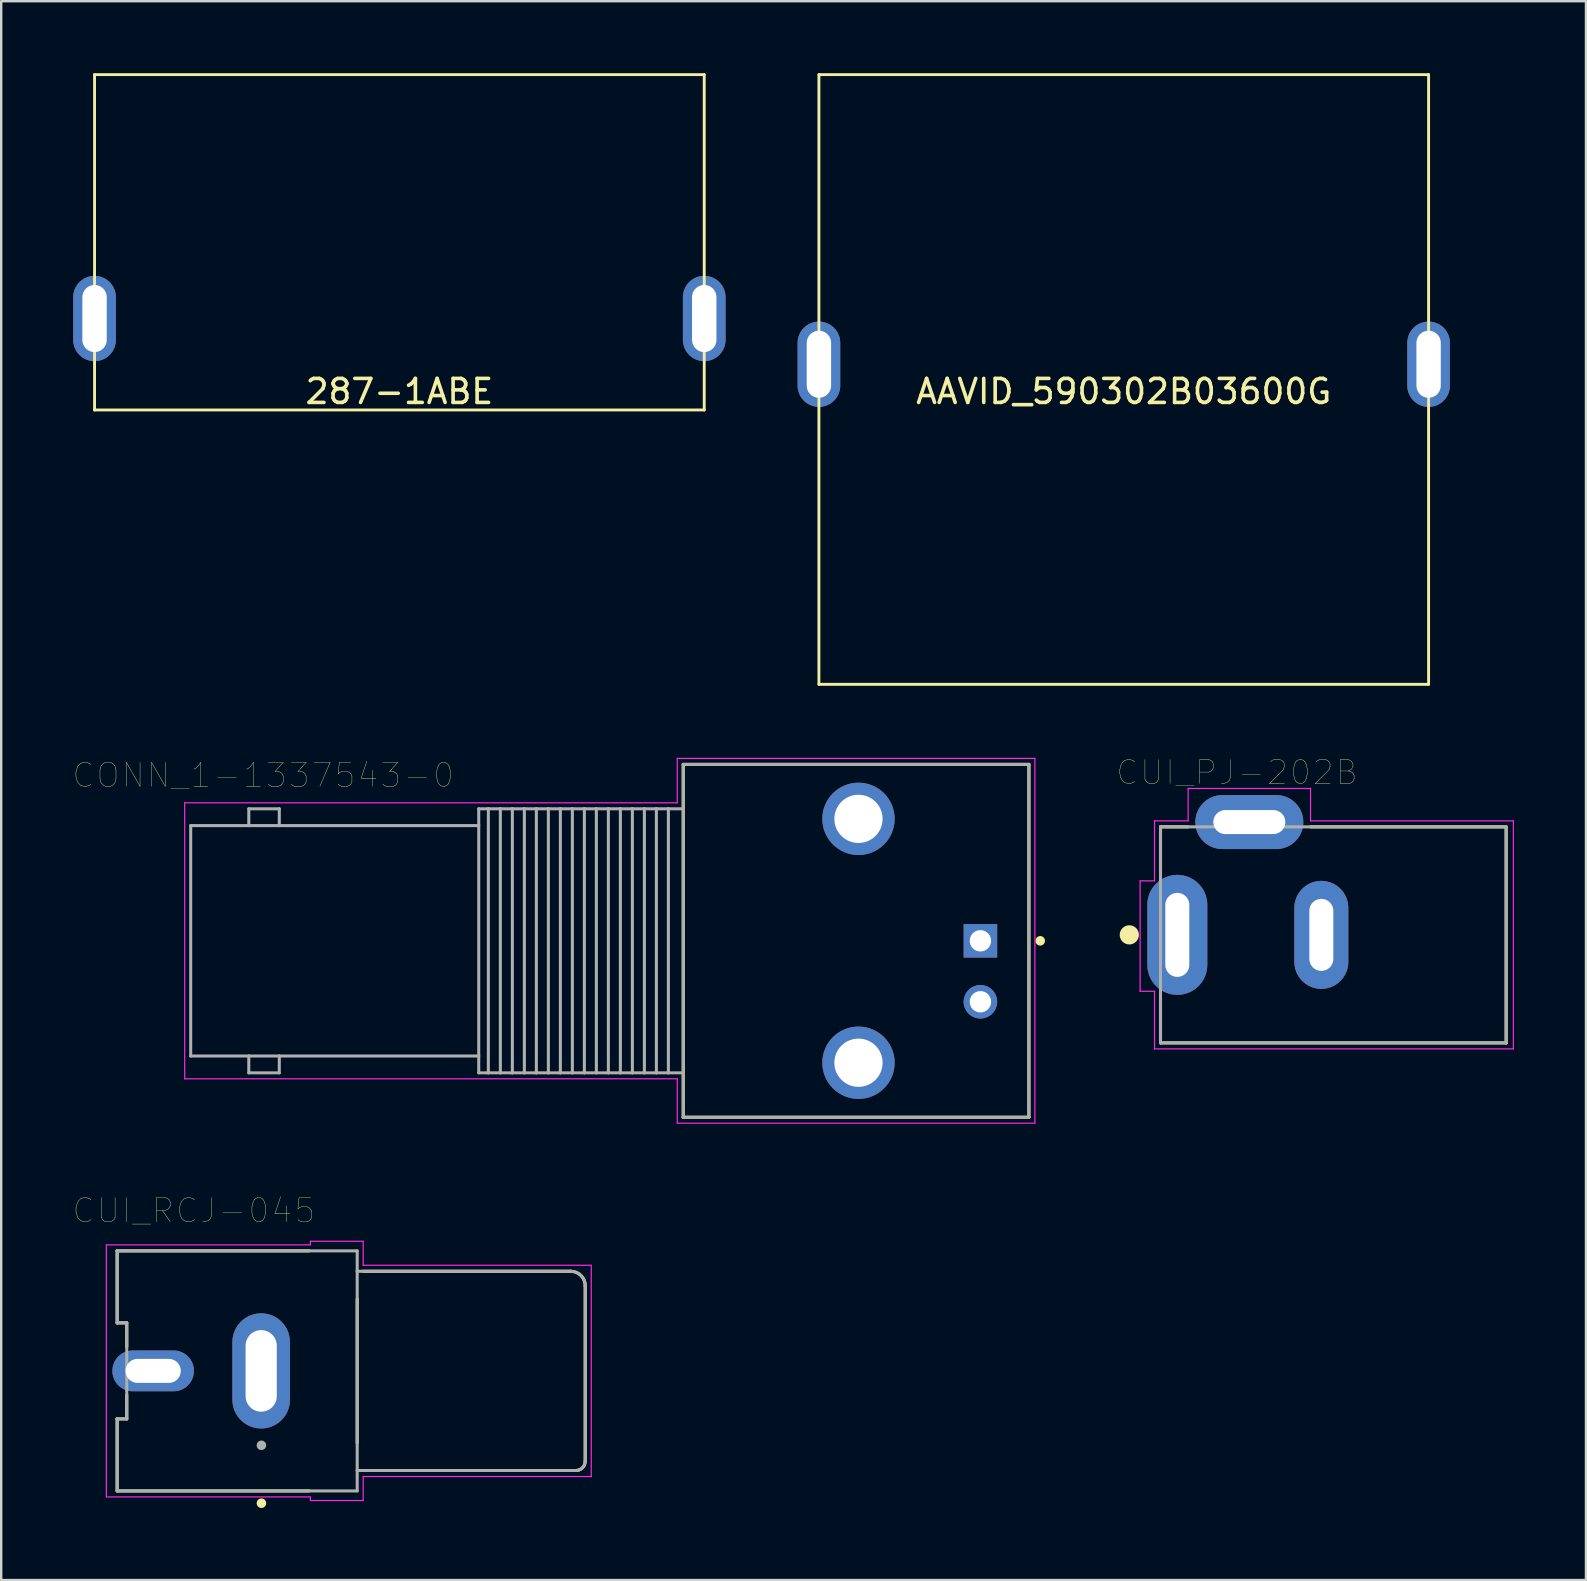
<source format=kicad_pcb>
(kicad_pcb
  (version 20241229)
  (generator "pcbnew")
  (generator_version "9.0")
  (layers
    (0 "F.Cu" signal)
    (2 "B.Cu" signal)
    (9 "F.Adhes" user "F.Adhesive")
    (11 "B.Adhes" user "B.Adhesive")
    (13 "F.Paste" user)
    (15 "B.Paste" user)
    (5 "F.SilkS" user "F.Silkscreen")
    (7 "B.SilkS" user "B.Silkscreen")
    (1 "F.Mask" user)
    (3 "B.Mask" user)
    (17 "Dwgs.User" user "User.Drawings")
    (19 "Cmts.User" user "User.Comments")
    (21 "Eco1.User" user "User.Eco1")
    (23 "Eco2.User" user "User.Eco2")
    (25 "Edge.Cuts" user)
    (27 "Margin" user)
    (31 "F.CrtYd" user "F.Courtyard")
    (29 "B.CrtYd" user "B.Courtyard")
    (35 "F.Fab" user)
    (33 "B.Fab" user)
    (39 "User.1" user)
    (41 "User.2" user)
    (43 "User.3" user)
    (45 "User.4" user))
  (footprint "AAVID_590302B03600G"
    (layer "F.Cu")
    (at 43.767 12.76)
    (property "Reference" "AAVID_590302B03600G" (at 0 0.5 0) (layer "F.SilkS") (effects (font (size 1 1) (thickness 0.15))))
    (attr through_hole)
    (fp_line (start -12.7 -12.7) (end 12.7 -12.7) (stroke (width 0.12) (type solid)) (layer "F.SilkS"))
    (fp_line (start -12.7 12.7) (end -12.7 -12.7) (stroke (width 0.12) (type solid)) (layer "F.SilkS"))
    (fp_line (start 12.7 -12.7) (end 12.7 12.7) (stroke (width 0.12) (type solid)) (layer "F.SilkS"))
    (fp_line (start 12.7 12.7) (end -12.7 12.7) (stroke (width 0.12) (type solid)) (layer "F.SilkS"))
    (pad "1" thru_hole oval (at -12.7 -0.635) (size 1.778 3.556) (drill oval 1.016 2.794) (layers "*.Cu" "*.Mask"))
    (pad "2" thru_hole oval (at 12.7 -0.635) (size 1.778 3.556) (drill oval 1.016 2.794) (layers "*.Cu" "*.Mask")))
  (footprint "CUI_PJ-202B"
    (layer "F.Cu")
    (at 52.498 35.898)
    (property "Reference" "CUI_PJ-202B" (at -4.016 -6.767 0) (layer "F.SilkS") (effects (font (size 1 1) (thickness 0.015))))
    (attr through_hole)
    (fp_line (start -7.2 -4.5) (end -6.05 -4.5) (stroke (width 0.127) (type solid)) (layer "F.SilkS"))
    (fp_line (start -7.2 -2.55) (end -7.2 -4.5) (stroke (width 0.127) (type solid)) (layer "F.SilkS"))
    (fp_line (start -7.2 4.5) (end -7.2 2.65) (stroke (width 0.127) (type solid)) (layer "F.SilkS"))
    (fp_line (start -0.95 -4.5) (end 7.2 -4.5) (stroke (width 0.127) (type solid)) (layer "F.SilkS"))
    (fp_line (start 7.2 -4.5) (end 7.2 4.5) (stroke (width 0.127) (type solid)) (layer "F.SilkS"))
    (fp_line (start 7.2 4.5) (end -7.2 4.5) (stroke (width 0.127) (type solid)) (layer "F.SilkS"))
    (fp_circle (center -8.5 0) (end -8.3 0) (stroke (width 0.4) (type solid)) (fill no) (layer "F.SilkS"))
    (fp_line (start -8.05 -2.25) (end -8.05 2.35) (stroke (width 0.05) (type solid)) (layer "F.CrtYd"))
    (fp_line (start -8.05 2.35) (end -7.45 2.35) (stroke (width 0.05) (type solid)) (layer "F.CrtYd"))
    (fp_line (start -7.45 -4.75) (end -6.05 -4.75) (stroke (width 0.05) (type solid)) (layer "F.CrtYd"))
    (fp_line (start -7.45 -2.25) (end -8.05 -2.25) (stroke (width 0.05) (type solid)) (layer "F.CrtYd"))
    (fp_line (start -7.45 -2.25) (end -7.45 -4.75) (stroke (width 0.05) (type solid)) (layer "F.CrtYd"))
    (fp_line (start -7.45 4.75) (end -7.45 2.35) (stroke (width 0.05) (type solid)) (layer "F.CrtYd"))
    (fp_line (start -6.05 -6.1) (end -0.95 -6.1) (stroke (width 0.05) (type solid)) (layer "F.CrtYd"))
    (fp_line (start -6.05 -4.75) (end -6.05 -6.1) (stroke (width 0.05) (type solid)) (layer "F.CrtYd"))
    (fp_line (start -0.95 -6.1) (end -0.95 -4.75) (stroke (width 0.05) (type solid)) (layer "F.CrtYd"))
    (fp_line (start -0.95 -4.75) (end 7.5 -4.75) (stroke (width 0.05) (type solid)) (layer "F.CrtYd"))
    (fp_line (start 7.5 -4.75) (end 7.5 4.75) (stroke (width 0.05) (type solid)) (layer "F.CrtYd"))
    (fp_line (start 7.5 4.75) (end -7.45 4.75) (stroke (width 0.05) (type solid)) (layer "F.CrtYd"))
    (fp_line (start -7.2 -4.5) (end 7.2 -4.5) (stroke (width 0.127) (type solid)) (layer "F.Fab"))
    (fp_line (start -7.2 4.5) (end -7.2 -4.5) (stroke (width 0.127) (type solid)) (layer "F.Fab"))
    (fp_line (start 7.2 -4.5) (end 7.2 4.5) (stroke (width 0.127) (type solid)) (layer "F.Fab"))
    (fp_line (start 7.2 4.5) (end -7.2 4.5) (stroke (width 0.127) (type solid)) (layer "F.Fab"))
    (pad "1" thru_hole oval (at -6.5 0) (size 2.5 5) (drill oval 1 3.5) (layers "*.Cu" "*.Mask"))
    (pad "2" thru_hole oval (at -0.5 0) (size 2.25 4.5) (drill oval 1 3) (layers "*.Cu" "*.Mask"))
    (pad "3" thru_hole oval (at -3.5 -4.7) (size 4.5 2.25) (drill oval 3 1) (layers "*.Cu" "*.Mask")))
  (footprint "CONN_1-1337543-0"
    (layer "F.Cu")
    (at 37.795 36.145)
    (property "Reference" "CONN_1-1337543-0" (at -29.881 -6.898 0) (layer "F.SilkS") (effects (font (size 1.002 1.002) (thickness 0.015))))
    (attr through_hole)
    (fp_line (start -12.38 -7.35) (end 2.02 -7.35) (stroke (width 0.127) (type solid)) (layer "F.SilkS"))
    (fp_line (start -12.38 -5.5) (end -12.38 -7.35) (stroke (width 0.127) (type solid)) (layer "F.SilkS"))
    (fp_line (start -12.38 5.5) (end -12.38 -5.5) (stroke (width 0.127) (type solid)) (layer "F.SilkS"))
    (fp_line (start -12.38 7.35) (end -12.38 5.5) (stroke (width 0.127) (type solid)) (layer "F.SilkS"))
    (fp_line (start 2.02 -7.35) (end 2.02 7.35) (stroke (width 0.127) (type solid)) (layer "F.SilkS"))
    (fp_line (start 2.02 7.35) (end -12.38 7.35) (stroke (width 0.127) (type solid)) (layer "F.SilkS"))
    (fp_circle (center 2.492 0) (end 2.592 0) (stroke (width 0.2) (type solid)) (fill no) (layer "F.SilkS"))
    (fp_line (start -33.15 -5.75) (end -12.63 -5.75) (stroke (width 0.05) (type solid)) (layer "F.CrtYd"))
    (fp_line (start -33.15 5.75) (end -33.15 -5.75) (stroke (width 0.05) (type solid)) (layer "F.CrtYd"))
    (fp_line (start -12.63 -7.6) (end 2.27 -7.6) (stroke (width 0.05) (type solid)) (layer "F.CrtYd"))
    (fp_line (start -12.63 -5.75) (end -12.63 -7.6) (stroke (width 0.05) (type solid)) (layer "F.CrtYd"))
    (fp_line (start -12.63 5.75) (end -33.15 5.75) (stroke (width 0.05) (type solid)) (layer "F.CrtYd"))
    (fp_line (start -12.63 7.6) (end -12.63 5.75) (stroke (width 0.05) (type solid)) (layer "F.CrtYd"))
    (fp_line (start 2.27 -7.6) (end 2.27 7.6) (stroke (width 0.05) (type solid)) (layer "F.CrtYd"))
    (fp_line (start 2.27 7.6) (end -12.63 7.6) (stroke (width 0.05) (type solid)) (layer "F.CrtYd"))
    (fp_line (start -32.9 -4.8) (end -32.9 4.8) (stroke (width 0.127) (type solid)) (layer "F.Fab"))
    (fp_line (start -32.9 4.8) (end -30.48 4.8) (stroke (width 0.127) (type solid)) (layer "F.Fab"))
    (fp_line (start -30.48 -5.5) (end -30.48 -4.8) (stroke (width 0.127) (type solid)) (layer "F.Fab"))
    (fp_line (start -30.48 -5.5) (end -29.21 -5.5) (stroke (width 0.127) (type solid)) (layer "F.Fab"))
    (fp_line (start -30.48 -4.8) (end -32.9 -4.8) (stroke (width 0.127) (type solid)) (layer "F.Fab"))
    (fp_line (start -30.48 4.8) (end -30.48 5.5) (stroke (width 0.127) (type solid)) (layer "F.Fab"))
    (fp_line (start -30.48 4.8) (end -29.21 4.8) (stroke (width 0.127) (type solid)) (layer "F.Fab"))
    (fp_line (start -30.48 5.5) (end -29.21 5.5) (stroke (width 0.127) (type solid)) (layer "F.Fab"))
    (fp_line (start -29.21 -5.5) (end -29.21 -4.8) (stroke (width 0.127) (type solid)) (layer "F.Fab"))
    (fp_line (start -29.21 -4.8) (end -30.48 -4.8) (stroke (width 0.127) (type solid)) (layer "F.Fab"))
    (fp_line (start -29.21 4.8) (end -20.9 4.8) (stroke (width 0.127) (type solid)) (layer "F.Fab"))
    (fp_line (start -29.21 5.5) (end -29.21 4.8) (stroke (width 0.127) (type solid)) (layer "F.Fab"))
    (fp_line (start -20.9 -5.5) (end -20.9 5.5) (stroke (width 0.127) (type solid)) (layer "F.Fab"))
    (fp_line (start -20.9 -4.8) (end -29.21 -4.8) (stroke (width 0.127) (type solid)) (layer "F.Fab"))
    (fp_line (start -20.9 5.5) (end -20.5 5.5) (stroke (width 0.127) (type solid)) (layer "F.Fab"))
    (fp_line (start -20.5 -5.5) (end -20.9 -5.5) (stroke (width 0.127) (type solid)) (layer "F.Fab"))
    (fp_line (start -20.5 -5.5) (end -20.5 5.5) (stroke (width 0.127) (type solid)) (layer "F.Fab"))
    (fp_line (start -20.5 5.5) (end -20 5.5) (stroke (width 0.127) (type solid)) (layer "F.Fab"))
    (fp_line (start -20 -5.5) (end -20.5 -5.5) (stroke (width 0.127) (type solid)) (layer "F.Fab"))
    (fp_line (start -20 -5.5) (end -20 5.5) (stroke (width 0.127) (type solid)) (layer "F.Fab"))
    (fp_line (start -20 5.5) (end -19.5 5.5) (stroke (width 0.127) (type solid)) (layer "F.Fab"))
    (fp_line (start -19.5 -5.5) (end -20 -5.5) (stroke (width 0.127) (type solid)) (layer "F.Fab"))
    (fp_line (start -19.5 -5.5) (end -19.5 5.5) (stroke (width 0.127) (type solid)) (layer "F.Fab"))
    (fp_line (start -19.5 5.5) (end -19 5.5) (stroke (width 0.127) (type solid)) (layer "F.Fab"))
    (fp_line (start -19 -5.5) (end -19.5 -5.5) (stroke (width 0.127) (type solid)) (layer "F.Fab"))
    (fp_line (start -19 -5.5) (end -19 5.5) (stroke (width 0.127) (type solid)) (layer "F.Fab"))
    (fp_line (start -19 5.5) (end -18.5 5.5) (stroke (width 0.127) (type solid)) (layer "F.Fab"))
    (fp_line (start -18.5 -5.5) (end -19 -5.5) (stroke (width 0.127) (type solid)) (layer "F.Fab"))
    (fp_line (start -18.5 -5.5) (end -18.5 5.5) (stroke (width 0.127) (type solid)) (layer "F.Fab"))
    (fp_line (start -18.5 5.5) (end -18 5.5) (stroke (width 0.127) (type solid)) (layer "F.Fab"))
    (fp_line (start -18 -5.5) (end -18.5 -5.5) (stroke (width 0.127) (type solid)) (layer "F.Fab"))
    (fp_line (start -18 -5.5) (end -18 5.5) (stroke (width 0.127) (type solid)) (layer "F.Fab"))
    (fp_line (start -18 5.5) (end -17.5 5.5) (stroke (width 0.127) (type solid)) (layer "F.Fab"))
    (fp_line (start -17.5 -5.5) (end -18 -5.5) (stroke (width 0.127) (type solid)) (layer "F.Fab"))
    (fp_line (start -17.5 -5.5) (end -17.5 5.5) (stroke (width 0.127) (type solid)) (layer "F.Fab"))
    (fp_line (start -17.5 5.5) (end -17 5.5) (stroke (width 0.127) (type solid)) (layer "F.Fab"))
    (fp_line (start -17 -5.5) (end -17.5 -5.5) (stroke (width 0.127) (type solid)) (layer "F.Fab"))
    (fp_line (start -17 -5.5) (end -17 5.5) (stroke (width 0.127) (type solid)) (layer "F.Fab"))
    (fp_line (start -17 5.5) (end -16.5 5.5) (stroke (width 0.127) (type solid)) (layer "F.Fab"))
    (fp_line (start -16.5 -5.5) (end -17 -5.5) (stroke (width 0.127) (type solid)) (layer "F.Fab"))
    (fp_line (start -16.5 -5.5) (end -16.5 5.5) (stroke (width 0.127) (type solid)) (layer "F.Fab"))
    (fp_line (start -16.5 5.5) (end -16 5.5) (stroke (width 0.127) (type solid)) (layer "F.Fab"))
    (fp_line (start -16 -5.5) (end -16.5 -5.5) (stroke (width 0.127) (type solid)) (layer "F.Fab"))
    (fp_line (start -16 -5.5) (end -16 5.5) (stroke (width 0.127) (type solid)) (layer "F.Fab"))
    (fp_line (start -16 5.5) (end -15.5 5.5) (stroke (width 0.127) (type solid)) (layer "F.Fab"))
    (fp_line (start -15.5 -5.5) (end -16 -5.5) (stroke (width 0.127) (type solid)) (layer "F.Fab"))
    (fp_line (start -15.5 -5.5) (end -15.5 5.5) (stroke (width 0.127) (type solid)) (layer "F.Fab"))
    (fp_line (start -15.5 5.5) (end -15 5.5) (stroke (width 0.127) (type solid)) (layer "F.Fab"))
    (fp_line (start -15 -5.5) (end -15.5 -5.5) (stroke (width 0.127) (type solid)) (layer "F.Fab"))
    (fp_line (start -15 -5.5) (end -15 5.5) (stroke (width 0.127) (type solid)) (layer "F.Fab"))
    (fp_line (start -15 5.5) (end -14.5 5.5) (stroke (width 0.127) (type solid)) (layer "F.Fab"))
    (fp_line (start -14.5 -5.5) (end -15 -5.5) (stroke (width 0.127) (type solid)) (layer "F.Fab"))
    (fp_line (start -14.5 -5.5) (end -14.5 5.5) (stroke (width 0.127) (type solid)) (layer "F.Fab"))
    (fp_line (start -14.5 5.5) (end -14 5.5) (stroke (width 0.127) (type solid)) (layer "F.Fab"))
    (fp_line (start -14 -5.5) (end -14.5 -5.5) (stroke (width 0.127) (type solid)) (layer "F.Fab"))
    (fp_line (start -14 -5.5) (end -14 5.5) (stroke (width 0.127) (type solid)) (layer "F.Fab"))
    (fp_line (start -14 5.5) (end -13.5 5.5) (stroke (width 0.127) (type solid)) (layer "F.Fab"))
    (fp_line (start -13.5 -5.5) (end -14 -5.5) (stroke (width 0.127) (type solid)) (layer "F.Fab"))
    (fp_line (start -13.5 -5.5) (end -13.5 5.5) (stroke (width 0.127) (type solid)) (layer "F.Fab"))
    (fp_line (start -13.5 5.5) (end -13 5.5) (stroke (width 0.127) (type solid)) (layer "F.Fab"))
    (fp_line (start -13 -5.5) (end -13.5 -5.5) (stroke (width 0.127) (type solid)) (layer "F.Fab"))
    (fp_line (start -13 -5.5) (end -13 5.5) (stroke (width 0.127) (type solid)) (layer "F.Fab"))
    (fp_line (start -13 5.5) (end -12.38 5.5) (stroke (width 0.127) (type solid)) (layer "F.Fab"))
    (fp_line (start -12.38 -7.35) (end 2.02 -7.35) (stroke (width 0.127) (type solid)) (layer "F.Fab"))
    (fp_line (start -12.38 -5.5) (end -13 -5.5) (stroke (width 0.127) (type solid)) (layer "F.Fab"))
    (fp_line (start -12.38 -5.5) (end -12.38 -7.35) (stroke (width 0.127) (type solid)) (layer "F.Fab"))
    (fp_line (start -12.38 5.5) (end -12.38 -5.5) (stroke (width 0.127) (type solid)) (layer "F.Fab"))
    (fp_line (start -12.38 7.35) (end -12.38 5.5) (stroke (width 0.127) (type solid)) (layer "F.Fab"))
    (fp_line (start 2.02 -7.35) (end 2.02 7.35) (stroke (width 0.127) (type solid)) (layer "F.Fab"))
    (fp_line (start 2.02 7.35) (end -12.38 7.35) (stroke (width 0.127) (type solid)) (layer "F.Fab"))
    (pad "1" thru_hole rect (at 0 0) (size 1.398 1.398) (drill 0.89) (layers "*.Cu" "*.Mask"))
    (pad "2" thru_hole circle (at 0 2.54) (size 1.398 1.398) (drill 0.89) (layers "*.Cu" "*.Mask"))
    (pad "P1" thru_hole circle (at -5.08 5.08) (size 3.015 3.015) (drill 2.01) (layers "*.Cu" "*.Mask"))
    (pad "P2" thru_hole circle (at -5.08 -5.08) (size 3.015 3.015) (drill 2.01) (layers "*.Cu" "*.Mask")))
  (footprint "CUI_RCJ-045"
    (layer "F.Cu")
    (at 11.831 54.063)
    (property "Reference" "CUI_RCJ-045" (at -6.805 -6.677 0) (layer "F.SilkS") (effects (font (size 1.006 1.006) (thickness 0.015))))
    (attr through_hole)
    (fp_line (start -10 -5) (end -2 -5) (stroke (width 0.127) (type solid)) (layer "F.SilkS"))
    (fp_line (start -10 -2) (end -10 -5) (stroke (width 0.127) (type solid)) (layer "F.SilkS"))
    (fp_line (start -10 2) (end -9.6 2) (stroke (width 0.127) (type solid)) (layer "F.SilkS"))
    (fp_line (start -10 5) (end -10 2) (stroke (width 0.127) (type solid)) (layer "F.SilkS"))
    (fp_line (start -10 5) (end -2 5) (stroke (width 0.127) (type solid)) (layer "F.SilkS"))
    (fp_line (start -9.6 -2) (end -10 -2) (stroke (width 0.127) (type solid)) (layer "F.SilkS"))
    (fp_line (start -9.6 -1) (end -9.6 -2) (stroke (width 0.127) (type solid)) (layer "F.SilkS"))
    (fp_line (start -9.6 2) (end -9.6 1) (stroke (width 0.127) (type solid)) (layer "F.SilkS"))
    (fp_line (start 0 3) (end 0 -3) (stroke (width 0.127) (type solid)) (layer "F.SilkS"))
    (fp_line (start 0.25 -4.15) (end 8.89 -4.15) (stroke (width 0.127) (type solid)) (layer "F.SilkS"))
    (fp_line (start 9.11 4.15) (end 0.25 4.15) (stroke (width 0.127) (type solid)) (layer "F.SilkS"))
    (fp_line (start 9.5 -3.54) (end 9.5 3.76) (stroke (width 0.127) (type solid)) (layer "F.SilkS"))
    (fp_arc (start 8.89 -4.15) (mid 9.321335 -3.971335) (end 9.5 -3.54) (stroke (width 0.127) (type solid)) (layer "F.SilkS"))
    (fp_arc (start 9.5 3.76) (mid 9.385772 4.035772) (end 9.11 4.15) (stroke (width 0.127) (type solid)) (layer "F.SilkS"))
    (fp_circle (center -3.99 5.513) (end -3.89 5.513) (stroke (width 0.2) (type solid)) (fill no) (layer "F.SilkS"))
    (fp_line (start -1.7 -5.15) (end -1.7 -3.35) (stroke (width 0.0001) (type solid)) (layer "Edge.Cuts"))
    (fp_line (start -1.7 -3.35) (end 0 -3.35) (stroke (width 0.0001) (type solid)) (layer "Edge.Cuts"))
    (fp_line (start -1.7 3.35) (end -1.7 5.15) (stroke (width 0.0001) (type solid)) (layer "Edge.Cuts"))
    (fp_line (start -1.7 5.15) (end 0 5.15) (stroke (width 0.0001) (type solid)) (layer "Edge.Cuts"))
    (fp_line (start 0 -5.15) (end -1.7 -5.15) (stroke (width 0.0001) (type solid)) (layer "Edge.Cuts"))
    (fp_line (start 0 -3.35) (end 0 -5.15) (stroke (width 0.0001) (type solid)) (layer "Edge.Cuts"))
    (fp_line (start 0 3.35) (end -1.7 3.35) (stroke (width 0.0001) (type solid)) (layer "Edge.Cuts"))
    (fp_line (start 0 5.15) (end 0 3.35) (stroke (width 0.0001) (type solid)) (layer "Edge.Cuts"))
    (fp_line (start -10.45 -5.25) (end -10.45 5.25) (stroke (width 0.05) (type solid)) (layer "F.CrtYd"))
    (fp_line (start -10.45 5.25) (end -1.95 5.25) (stroke (width 0.05) (type solid)) (layer "F.CrtYd"))
    (fp_line (start -1.95 -5.4) (end -1.95 -5.25) (stroke (width 0.05) (type solid)) (layer "F.CrtYd"))
    (fp_line (start -1.95 -5.25) (end -10.45 -5.25) (stroke (width 0.05) (type solid)) (layer "F.CrtYd"))
    (fp_line (start -1.95 5.25) (end -1.95 5.4) (stroke (width 0.05) (type solid)) (layer "F.CrtYd"))
    (fp_line (start -1.95 5.4) (end 0.25 5.4) (stroke (width 0.05) (type solid)) (layer "F.CrtYd"))
    (fp_line (start 0.25 -5.4) (end -1.95 -5.4) (stroke (width 0.05) (type solid)) (layer "F.CrtYd"))
    (fp_line (start 0.25 -4.4) (end 0.25 -5.4) (stroke (width 0.05) (type solid)) (layer "F.CrtYd"))
    (fp_line (start 0.25 4.4) (end 9.75 4.4) (stroke (width 0.05) (type solid)) (layer "F.CrtYd"))
    (fp_line (start 0.25 5.4) (end 0.25 4.4) (stroke (width 0.05) (type solid)) (layer "F.CrtYd"))
    (fp_line (start 9.75 -4.4) (end 0.25 -4.4) (stroke (width 0.05) (type solid)) (layer "F.CrtYd"))
    (fp_line (start 9.75 4.4) (end 9.75 -4.4) (stroke (width 0.05) (type solid)) (layer "F.CrtYd"))
    (fp_line (start -10 -5) (end 0 -5) (stroke (width 0.127) (type solid)) (layer "F.Fab"))
    (fp_line (start -10 -2) (end -10 -5) (stroke (width 0.127) (type solid)) (layer "F.Fab"))
    (fp_line (start -10 2) (end -9.6 2) (stroke (width 0.127) (type solid)) (layer "F.Fab"))
    (fp_line (start -10 5) (end -10 2) (stroke (width 0.127) (type solid)) (layer "F.Fab"))
    (fp_line (start -9.6 -2) (end -10 -2) (stroke (width 0.127) (type solid)) (layer "F.Fab"))
    (fp_line (start -9.6 2) (end -9.6 -2) (stroke (width 0.127) (type solid)) (layer "F.Fab"))
    (fp_line (start 0 -5) (end 0 -4.15) (stroke (width 0.127) (type solid)) (layer "F.Fab"))
    (fp_line (start 0 -4.15) (end 0 4.15) (stroke (width 0.127) (type solid)) (layer "F.Fab"))
    (fp_line (start 0 -4.15) (end 8.91 -4.15) (stroke (width 0.127) (type solid)) (layer "F.Fab"))
    (fp_line (start 0 4.15) (end 0 5) (stroke (width 0.127) (type solid)) (layer "F.Fab"))
    (fp_line (start 0 5) (end -10 5) (stroke (width 0.127) (type solid)) (layer "F.Fab"))
    (fp_line (start 9.11 4.15) (end 0 4.15) (stroke (width 0.127) (type solid)) (layer "F.Fab"))
    (fp_line (start 9.5 -3.56) (end 9.5 3.76) (stroke (width 0.127) (type solid)) (layer "F.Fab"))
    (fp_arc (start 8.91 -4.15) (mid 9.327193 -3.977193) (end 9.5 -3.56) (stroke (width 0.127) (type solid)) (layer "F.Fab"))
    (fp_arc (start 9.5 3.76) (mid 9.385772 4.035772) (end 9.11 4.15) (stroke (width 0.127) (type solid)) (layer "F.Fab"))
    (fp_circle (center -3.99 3.1) (end -3.89 3.1) (stroke (width 0.2) (type solid)) (fill no) (layer "F.Fab"))
    (pad "1" thru_hole oval (at -8.5 0) (size 3.4 1.7) (drill oval 2.3 1) (layers "*.Cu" "*.Mask"))
    (pad "2" thru_hole oval (at -4 0) (size 2.4 4.8) (drill oval 1.3 3.4) (layers "*.Cu" "*.Mask")))
  (footprint "287-1ABE"
    (layer "F.Cu")
    (at 13.589 12.76)
    (property "Reference" "287-1ABE" (at 0 0.5 0) (layer "F.SilkS") (effects (font (size 1 1) (thickness 0.15))))
    (attr through_hole)
    (fp_line (start -12.7 -12.7) (end 12.7 -12.7) (stroke (width 0.12) (type solid)) (layer "F.SilkS"))
    (fp_line (start -12.7 1.27) (end -12.7 -12.7) (stroke (width 0.12) (type solid)) (layer "F.SilkS"))
    (fp_line (start 12.7 -12.7) (end 12.7 1.27) (stroke (width 0.12) (type solid)) (layer "F.SilkS"))
    (fp_line (start 12.7 1.27) (end -12.7 1.27) (stroke (width 0.12) (type solid)) (layer "F.SilkS"))
    (pad "1" thru_hole oval (at -12.7 -2.54) (size 1.778 3.556) (drill oval 1.016 2.794) (layers "*.Cu" "*.Mask"))
    (pad "2" thru_hole oval (at 12.7 -2.54) (size 1.778 3.556) (drill oval 1.016 2.794) (layers "*.Cu" "*.Mask")))
  (gr_rect
    (start -3 -3)
    (end 63.023 62.776)
    (stroke (width 0.1) (type default))
    (fill no)
    (layer "Edge.Cuts")))
</source>
